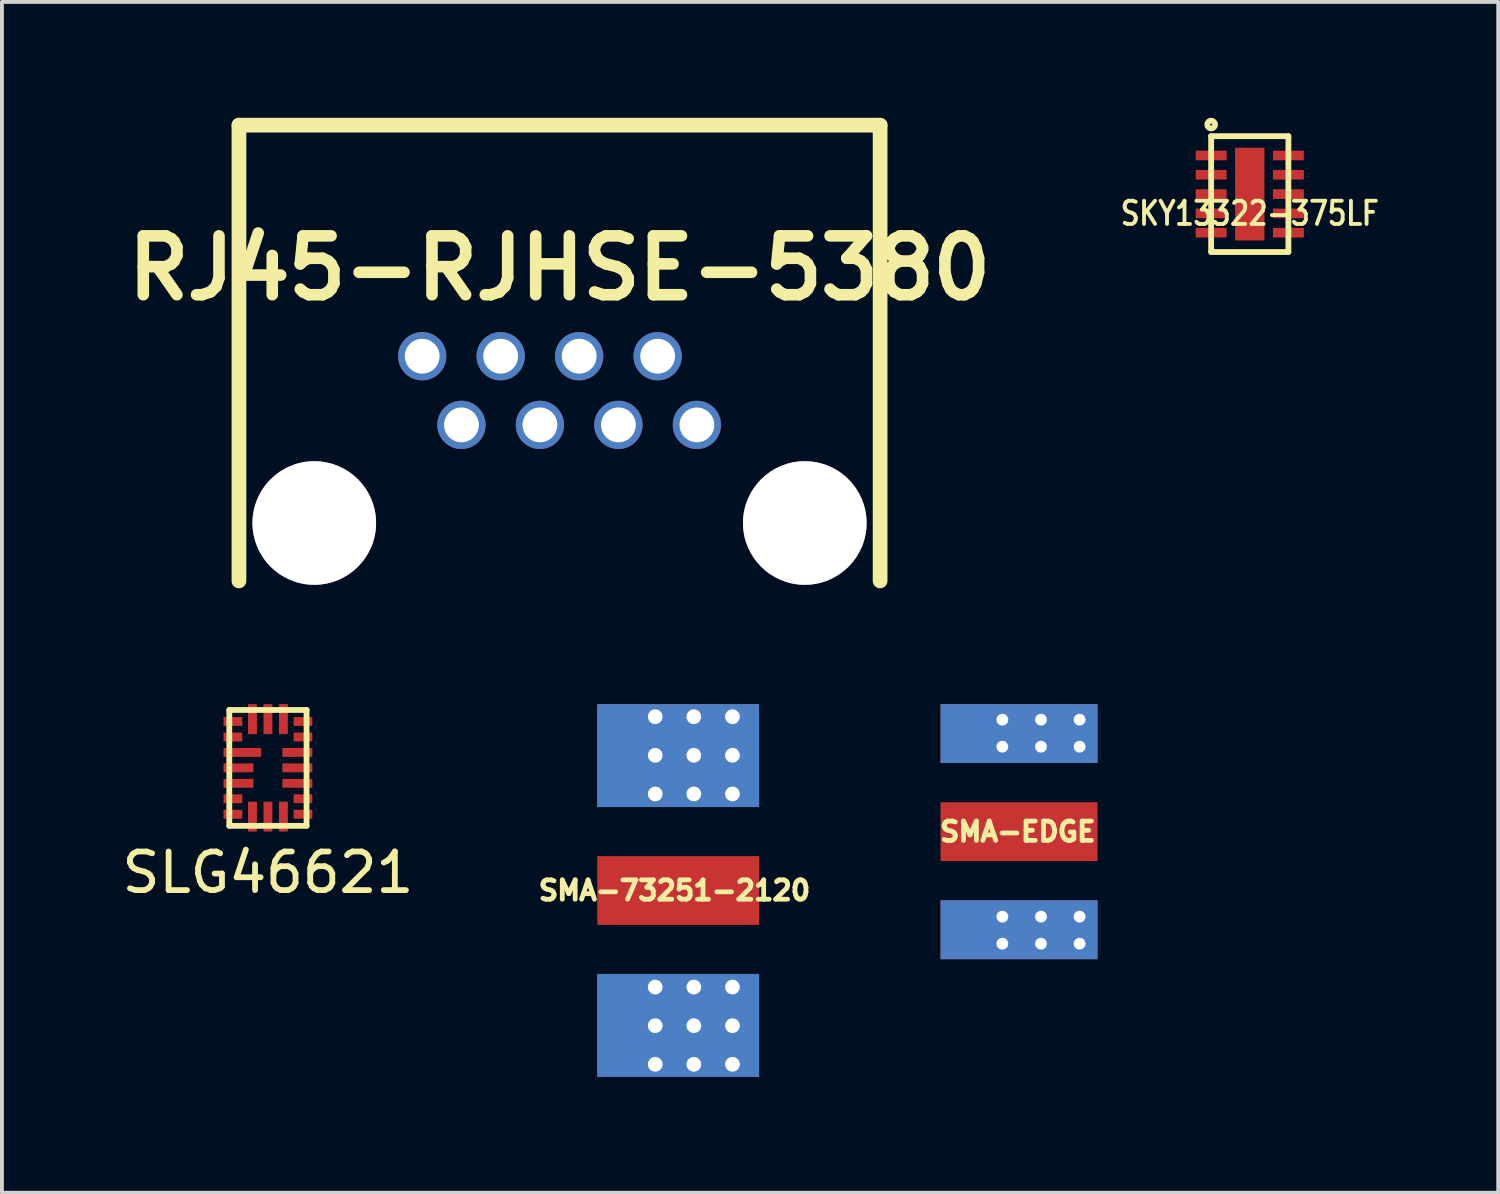
<source format=kicad_pcb>
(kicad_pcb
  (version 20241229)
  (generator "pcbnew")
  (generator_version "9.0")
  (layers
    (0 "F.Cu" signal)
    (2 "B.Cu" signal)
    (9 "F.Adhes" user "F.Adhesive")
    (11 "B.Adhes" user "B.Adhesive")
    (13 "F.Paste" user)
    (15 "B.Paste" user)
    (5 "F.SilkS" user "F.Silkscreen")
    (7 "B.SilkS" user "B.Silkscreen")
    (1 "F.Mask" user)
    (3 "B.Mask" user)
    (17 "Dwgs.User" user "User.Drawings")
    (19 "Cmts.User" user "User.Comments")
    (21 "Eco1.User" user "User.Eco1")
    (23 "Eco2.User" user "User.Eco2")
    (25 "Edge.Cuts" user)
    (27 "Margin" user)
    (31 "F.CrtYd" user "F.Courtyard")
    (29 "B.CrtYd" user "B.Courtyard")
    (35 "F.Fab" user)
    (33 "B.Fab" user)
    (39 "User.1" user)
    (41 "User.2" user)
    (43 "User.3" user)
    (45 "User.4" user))
  (footprint "SKY13322-375LF"
    (layer "F.Cu")
    (at 29.308 1.975)
    (property "Reference" "SKY13322-375LF" (at 0 0.5 0) (layer "F.SilkS") (effects (font (size 0.6 0.5) (thickness 0.1))))
    (attr through_hole)
    (fp_line (start -1 -1.5) (end 1 -1.5) (stroke (width 0.15) (type solid)) (layer "F.SilkS"))
    (fp_line (start -1 1.5) (end -1 -1.5) (stroke (width 0.15) (type solid)) (layer "F.SilkS"))
    (fp_line (start 1 -1.5) (end 1 1.5) (stroke (width 0.15) (type solid)) (layer "F.SilkS"))
    (fp_line (start 1 1.5) (end -1 1.5) (stroke (width 0.15) (type solid)) (layer "F.SilkS"))
    (fp_circle (center -1 -1.8) (end -0.9 -1.8) (stroke (width 0.15) (type solid)) (fill no) (layer "F.SilkS"))
    (pad "0" smd rect (at 0 0) (size 0.76 2.4) (layers "F.Cu" "F.Mask" "F.Paste"))
    (pad "1" smd rect (at -1 -1) (size 0.8 0.25) (layers "F.Cu" "F.Mask" "F.Paste"))
    (pad "2" smd rect (at -1 -0.5) (size 0.8 0.25) (layers "F.Cu" "F.Mask" "F.Paste"))
    (pad "3" smd rect (at -1 0) (size 0.8 0.25) (layers "F.Cu" "F.Mask" "F.Paste"))
    (pad "4" smd rect (at -1 0.5) (size 0.8 0.25) (layers "F.Cu" "F.Mask" "F.Paste"))
    (pad "5" smd rect (at -1 1) (size 0.8 0.25) (layers "F.Cu" "F.Mask" "F.Paste"))
    (pad "6" smd rect (at 1 1) (size 0.8 0.25) (layers "F.Cu" "F.Mask" "F.Paste"))
    (pad "7" smd rect (at 1 0.5) (size 0.8 0.25) (layers "F.Cu" "F.Mask" "F.Paste"))
    (pad "8" smd rect (at 1 0) (size 0.8 0.25) (layers "F.Cu" "F.Mask" "F.Paste"))
    (pad "9" smd rect (at 1 -0.5) (size 0.8 0.25) (layers "F.Cu" "F.Mask" "F.Paste"))
    (pad "10" smd rect (at 1 -1) (size 0.8 0.25) (layers "F.Cu" "F.Mask" "F.Paste")))
  (footprint "SLG46621"
    (layer "F.Cu")
    (at 3.887 16.831)
    (property "Reference" "SLG46621" (at 0 2.71 0) (layer "F.SilkS") (effects (font (size 1 1) (thickness 0.15))))
    (attr through_hole)
    (fp_line (start -1 -1.5) (end 1 -1.5) (stroke (width 0.15) (type solid)) (layer "F.SilkS"))
    (fp_line (start -1 1.5) (end -1 -1.5) (stroke (width 0.15) (type solid)) (layer "F.SilkS"))
    (fp_line (start -1 1.5) (end 1 1.5) (stroke (width 0.15) (type solid)) (layer "F.SilkS"))
    (fp_line (start 1 -1.5) (end 1 1.5) (stroke (width 0.15) (type solid)) (layer "F.SilkS"))
    (pad "1" smd rect (at -0.907 -1.2) (size 0.485 0.23) (layers "F.Cu" "F.Mask" "F.Paste"))
    (pad "2" smd rect (at -0.907 -0.8) (size 0.485 0.23) (layers "F.Cu" "F.Mask" "F.Paste"))
    (pad "3" smd rect (at -0.662 -0.4) (size 0.975 0.23) (layers "F.Cu" "F.Mask" "F.Paste"))
    (pad "4" smd rect (at -0.762 0) (size 0.775 0.23) (layers "F.Cu" "F.Mask" "F.Paste"))
    (pad "5" smd rect (at -0.762 0.4) (size 0.775 0.23) (layers "F.Cu" "F.Mask" "F.Paste"))
    (pad "6" smd rect (at -0.907 0.8) (size 0.485 0.23) (layers "F.Cu" "F.Mask" "F.Paste"))
    (pad "7" smd rect (at -0.907 1.2) (size 0.485 0.23) (layers "F.Cu" "F.Mask" "F.Paste"))
    (pad "8" smd rect (at -0.4 1.262) (size 0.23 0.775) (layers "F.Cu" "F.Mask" "F.Paste"))
    (pad "9" smd rect (at 0 1.262) (size 0.23 0.775) (layers "F.Cu" "F.Mask" "F.Paste"))
    (pad "10" smd rect (at 0.4 1.262) (size 0.23 0.775) (layers "F.Cu" "F.Mask" "F.Paste"))
    (pad "11" smd rect (at 0.907 1.2) (size 0.485 0.23) (layers "F.Cu" "F.Mask" "F.Paste"))
    (pad "12" smd rect (at 0.907 0.8) (size 0.485 0.23) (layers "F.Cu" "F.Mask" "F.Paste"))
    (pad "13" smd rect (at 0.762 0.4) (size 0.775 0.23) (layers "F.Cu" "F.Mask" "F.Paste"))
    (pad "14" smd rect (at 0.762 0) (size 0.775 0.23) (layers "F.Cu" "F.Mask" "F.Paste"))
    (pad "15" smd rect (at 0.762 -0.4) (size 0.775 0.23) (layers "F.Cu" "F.Mask" "F.Paste"))
    (pad "16" smd rect (at 0.907 -0.8) (size 0.485 0.23) (layers "F.Cu" "F.Mask" "F.Paste"))
    (pad "17" smd rect (at 0.907 -1.2) (size 0.485 0.23) (layers "F.Cu" "F.Mask" "F.Paste"))
    (pad "18" smd rect (at 0.4 -1.262) (size 0.23 0.775) (layers "F.Cu" "F.Mask" "F.Paste"))
    (pad "19" smd rect (at 0 -1.262) (size 0.23 0.775) (layers "F.Cu" "F.Mask" "F.Paste"))
    (pad "20" smd rect (at -0.4 -1.262) (size 0.23 0.775) (layers "F.Cu" "F.Mask" "F.Paste")))
  (footprint "SMA-73251-2120"
    (layer "F.Cu")
    (at 12.414 20.006)
    (property "Reference" "SMA-73251-2120" (at 1.999 0 0) (layer "F.SilkS") (effects (font (size 0.5 0.5) (thickness 0.124))))
    (attr through_hole)
    (pad "1" smd rect (at 2.095 0) (size 4.19 1.78) (layers "F.Cu" "F.Mask"))
    (pad "2" thru_hole circle (at 1.5 -4.5) (size 0.6 0.6) (drill 0.381) (layers "*.Cu"))
    (pad "2" thru_hole circle (at 1.5 -3.5) (size 0.6 0.6) (drill 0.381) (layers "*.Cu"))
    (pad "2" thru_hole circle (at 1.5 -2.5) (size 0.6 0.6) (drill 0.381) (layers "*.Cu"))
    (pad "2" thru_hole circle (at 1.5 2.5) (size 0.6 0.6) (drill 0.381) (layers "*.Cu"))
    (pad "2" thru_hole circle (at 1.5 3.5) (size 0.6 0.6) (drill 0.381) (layers "*.Cu"))
    (pad "2" thru_hole circle (at 1.5 4.5) (size 0.6 0.6) (drill 0.381) (layers "*.Cu"))
    (pad "2" smd rect (at 2.095 -3.493) (size 4.19 2.665) (layers "F.Cu" "F.Mask"))
    (pad "2" smd rect (at 2.095 -3.493) (size 4.19 2.665) (layers "B.Cu" "B.Mask"))
    (pad "2" smd rect (at 2.095 3.493) (size 4.19 2.665) (layers "F.Cu" "F.Mask"))
    (pad "2" smd rect (at 2.095 3.493) (size 4.19 2.665) (layers "B.Cu" "B.Mask"))
    (pad "2" thru_hole circle (at 2.5 -4.5) (size 0.6 0.6) (drill 0.381) (layers "*.Cu"))
    (pad "2" thru_hole circle (at 2.5 -3.5) (size 0.6 0.6) (drill 0.381) (layers "*.Cu"))
    (pad "2" thru_hole circle (at 2.5 -2.5) (size 0.6 0.6) (drill 0.381) (layers "*.Cu"))
    (pad "2" thru_hole circle (at 2.5 2.5) (size 0.6 0.6) (drill 0.381) (layers "*.Cu"))
    (pad "2" thru_hole circle (at 2.5 3.5) (size 0.6 0.6) (drill 0.381) (layers "*.Cu"))
    (pad "2" thru_hole circle (at 2.5 4.5) (size 0.6 0.6) (drill 0.381) (layers "*.Cu"))
    (pad "2" thru_hole circle (at 3.5 -4.5) (size 0.6 0.6) (drill 0.381) (layers "*.Cu"))
    (pad "2" thru_hole circle (at 3.5 -3.5) (size 0.6 0.6) (drill 0.381) (layers "*.Cu"))
    (pad "2" thru_hole circle (at 3.5 -2.5) (size 0.6 0.6) (drill 0.381) (layers "*.Cu"))
    (pad "2" thru_hole circle (at 3.5 2.5) (size 0.6 0.6) (drill 0.381) (layers "*.Cu"))
    (pad "2" thru_hole circle (at 3.5 3.5) (size 0.6 0.6) (drill 0.381) (layers "*.Cu"))
    (pad "2" thru_hole circle (at 3.5 4.5) (size 0.6 0.6) (drill 0.381) (layers "*.Cu")))
  (footprint "RJ45-RJHSE-5380"
    (placed yes)
    (layer "F.Cu")
    (at 11.437 10.491)
    (property "Reference" "RJ45-RJHSE-5380" (at 0 -6.6 0) (layer "F.SilkS") (effects (font (size 1.524 1.524) (thickness 0.3))))
    (attr through_hole)
    (fp_line (start -8.3 -10.3) (end -8.3 1.5) (stroke (width 0.381) (type solid)) (layer "F.SilkS"))
    (fp_line (start 8.3 -10.3) (end -8.3 -10.3) (stroke (width 0.381) (type solid)) (layer "F.SilkS"))
    (fp_line (start 8.3 -10.3) (end 8.3 1.5) (stroke (width 0.381) (type solid)) (layer "F.SilkS"))
    (pad "" thru_hole circle (at -6.35 0) (size 3.2 3.2) (drill 3.2) (layers "*.Cu" "*.Mask"))
    (pad "" thru_hole circle (at 6.35 0) (size 3.2 3.2) (drill 3.2) (layers "*.Cu" "*.Mask"))
    (pad "1" thru_hole circle (at 3.556 -2.54) (size 1.25 1.25) (drill 0.9) (layers "*.Cu" "*.Mask"))
    (pad "2" thru_hole circle (at 2.54 -4.318) (size 1.25 1.25) (drill 0.9) (layers "*.Cu" "*.Mask"))
    (pad "3" thru_hole circle (at 1.524 -2.54) (size 1.25 1.25) (drill 0.9) (layers "*.Cu" "*.Mask"))
    (pad "4" thru_hole circle (at 0.508 -4.318) (size 1.25 1.25) (drill 0.9) (layers "*.Cu" "*.Mask"))
    (pad "5" thru_hole circle (at -0.508 -2.54) (size 1.25 1.25) (drill 0.9) (layers "*.Cu" "*.Mask"))
    (pad "6" thru_hole circle (at -1.524 -4.318) (size 1.25 1.25) (drill 0.9) (layers "*.Cu" "*.Mask"))
    (pad "7" thru_hole circle (at -2.54 -2.54) (size 1.25 1.25) (drill 0.9) (layers "*.Cu" "*.Mask"))
    (pad "8" thru_hole circle (at -3.556 -4.318) (size 1.25 1.25) (drill 0.9) (layers "*.Cu" "*.Mask")))
  (footprint "SMA-EDGE"
    (layer "F.Cu")
    (at 21.302 18.483)
    (property "Reference" "SMA-EDGE" (at 1.999 0 0) (layer "F.SilkS") (effects (font (size 0.5 0.5) (thickness 0.124))))
    (attr through_hole)
    (pad "1" smd rect (at 2.032 0) (size 4.064 1.524) (layers "F.Cu" "F.Mask"))
    (pad "2" thru_hole circle (at 1.6 -2.9) (size 0.762 0.762) (drill 0.305) (layers "*.Cu" "*.Mask"))
    (pad "2" thru_hole circle (at 1.6 -2.2) (size 0.762 0.762) (drill 0.305) (layers "*.Cu" "*.Mask"))
    (pad "2" thru_hole circle (at 1.6 2.2) (size 0.762 0.762) (drill 0.305) (layers "*.Cu" "*.Mask"))
    (pad "2" thru_hole circle (at 1.6 2.9) (size 0.762 0.762) (drill 0.305) (layers "*.Cu" "*.Mask"))
    (pad "2" smd rect (at 2.032 -2.54) (size 4.064 1.524) (layers "F.Cu" "F.Mask"))
    (pad "2" smd rect (at 2.032 -2.54) (size 4.064 1.524) (layers "B.Cu" "B.Mask"))
    (pad "2" smd rect (at 2.032 2.54) (size 4.064 1.524) (layers "F.Cu" "F.Mask"))
    (pad "2" smd rect (at 2.032 2.54) (size 4.064 1.524) (layers "B.Cu" "B.Mask"))
    (pad "2" thru_hole circle (at 2.6 -2.9) (size 0.762 0.762) (drill 0.305) (layers "*.Cu" "*.Mask"))
    (pad "2" thru_hole circle (at 2.6 -2.2) (size 0.762 0.762) (drill 0.305) (layers "*.Cu" "*.Mask"))
    (pad "2" thru_hole circle (at 2.6 2.2) (size 0.762 0.762) (drill 0.305) (layers "*.Cu" "*.Mask"))
    (pad "2" thru_hole circle (at 2.6 2.9) (size 0.762 0.762) (drill 0.305) (layers "*.Cu" "*.Mask"))
    (pad "2" thru_hole circle (at 3.6 -2.9) (size 0.762 0.762) (drill 0.305) (layers "*.Cu" "*.Mask"))
    (pad "2" thru_hole circle (at 3.6 -2.2) (size 0.762 0.762) (drill 0.305) (layers "*.Cu" "*.Mask"))
    (pad "2" thru_hole circle (at 3.6 2.2) (size 0.762 0.762) (drill 0.305) (layers "*.Cu" "*.Mask"))
    (pad "2" thru_hole circle (at 3.6 2.9) (size 0.762 0.762) (drill 0.305) (layers "*.Cu" "*.Mask")))
  (gr_rect
    (start -3 -3)
    (end 35.741 27.831)
    (stroke (width 0.1) (type default))
    (fill no)
    (layer "Edge.Cuts")))
</source>
